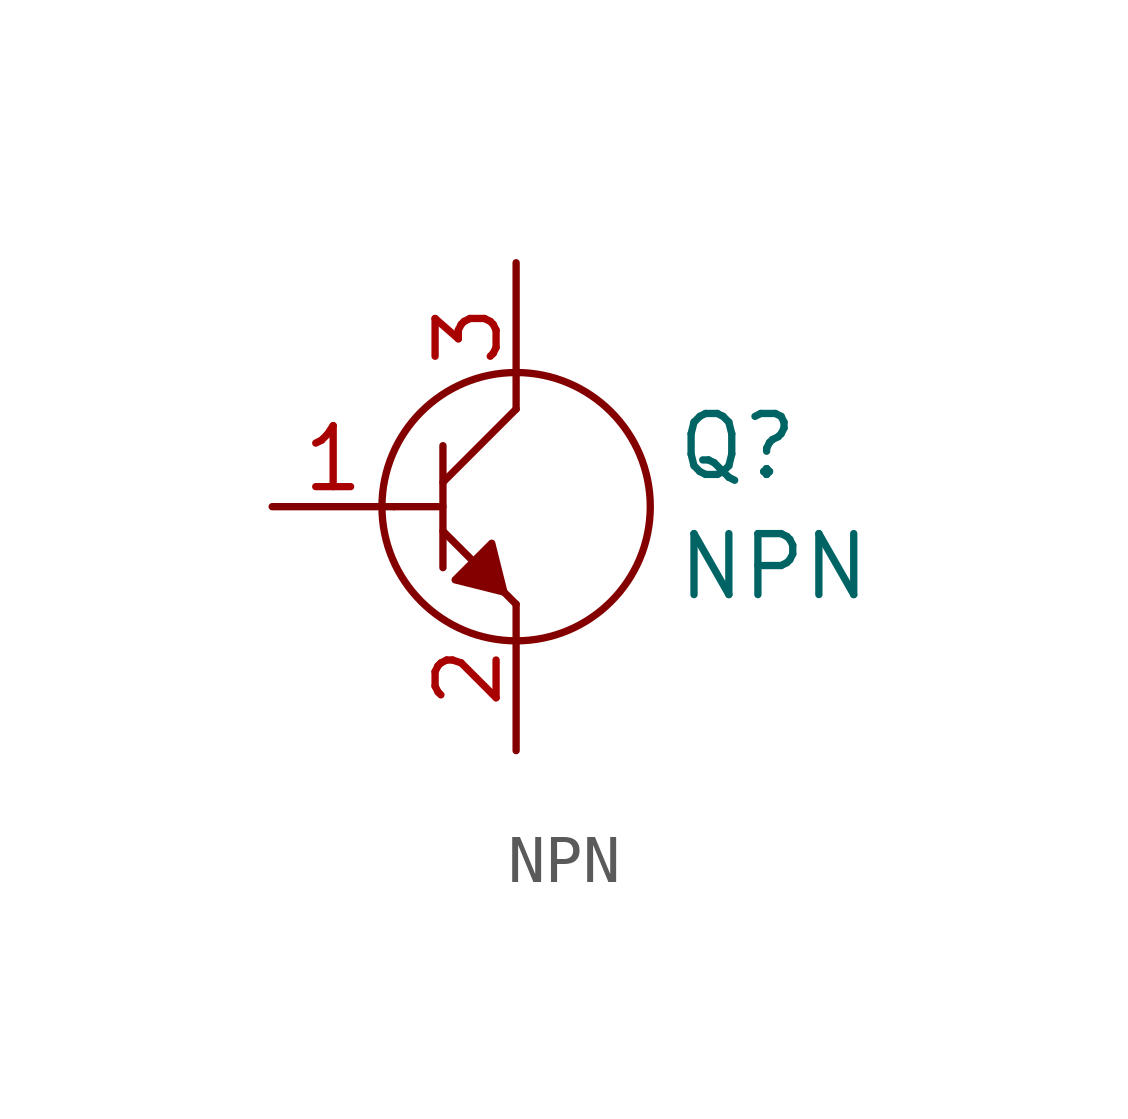
<source format=kicad_sym>
(kicad_symbol_lib
  (version 20211014)
  (generator kicad_symbol_editor)
  (symbol "NPN"
    (pin_names
      (offset 0) hide)
    (property "Reference" "Q"
      (at 3.302 0.508 0)
      (effects (font (size 1.27 1.27)) (justify left bottom)))
    (property "Value" "NPN"
      (at 3.302 -0.508 0)
      (effects (font (size 1.27 1.27)) (justify left top)))
    (symbol "NPN_0_1"
      (polyline (pts (xy -2.54 0) (xy -1.524 0)) (stroke (width 0) (type default) (color 0 0 0 0)) (fill (type none)))
      (polyline (pts (xy -1.524 -1.27) (xy -1.524 1.27)) (stroke (width 0) (type default) (color 0 0 0 0)) (fill (type none)))
      (polyline (pts (xy 0 -2.032) (xy -1.524 -0.508)) (stroke (width 0) (type default) (color 0 0 0 0)) (fill (type none)))
      (polyline (pts (xy 0 2.032) (xy -1.524 0.508)) (stroke (width 0) (type default) (color 0 0 0 0)) (fill (type none)))
      (polyline (pts (xy -1.27 -1.524) (xy -0.508 -0.762) (xy -0.254 -1.778) (xy -1.27 -1.524)) (stroke (width 0) (type default) (color 0 0 0 0)) (fill (type outline)))
      (circle (center 0 0) (radius 2.794) (stroke (width 0) (type default) (color 0 0 0 0)) (fill (type none))))
    (symbol "NPN_1_1"
      (pin passive line (at -5.08 0 0) (length 2.54) (name "B" (effects (font (size 1.27 1.27)))) (number "1" (effects (font (size 1.27 1.27)))))
      (pin passive line (at 0 -5.08 90) (length 3.048) (name "E" (effects (font (size 1.27 1.27)))) (number "2" (effects (font (size 1.27 1.27)))))
      (pin passive line (at 0 5.08 270) (length 3.048) (name "C" (effects (font (size 1.27 1.27)))) (number "3" (effects (font (size 1.27 1.27))))))))
</source>
